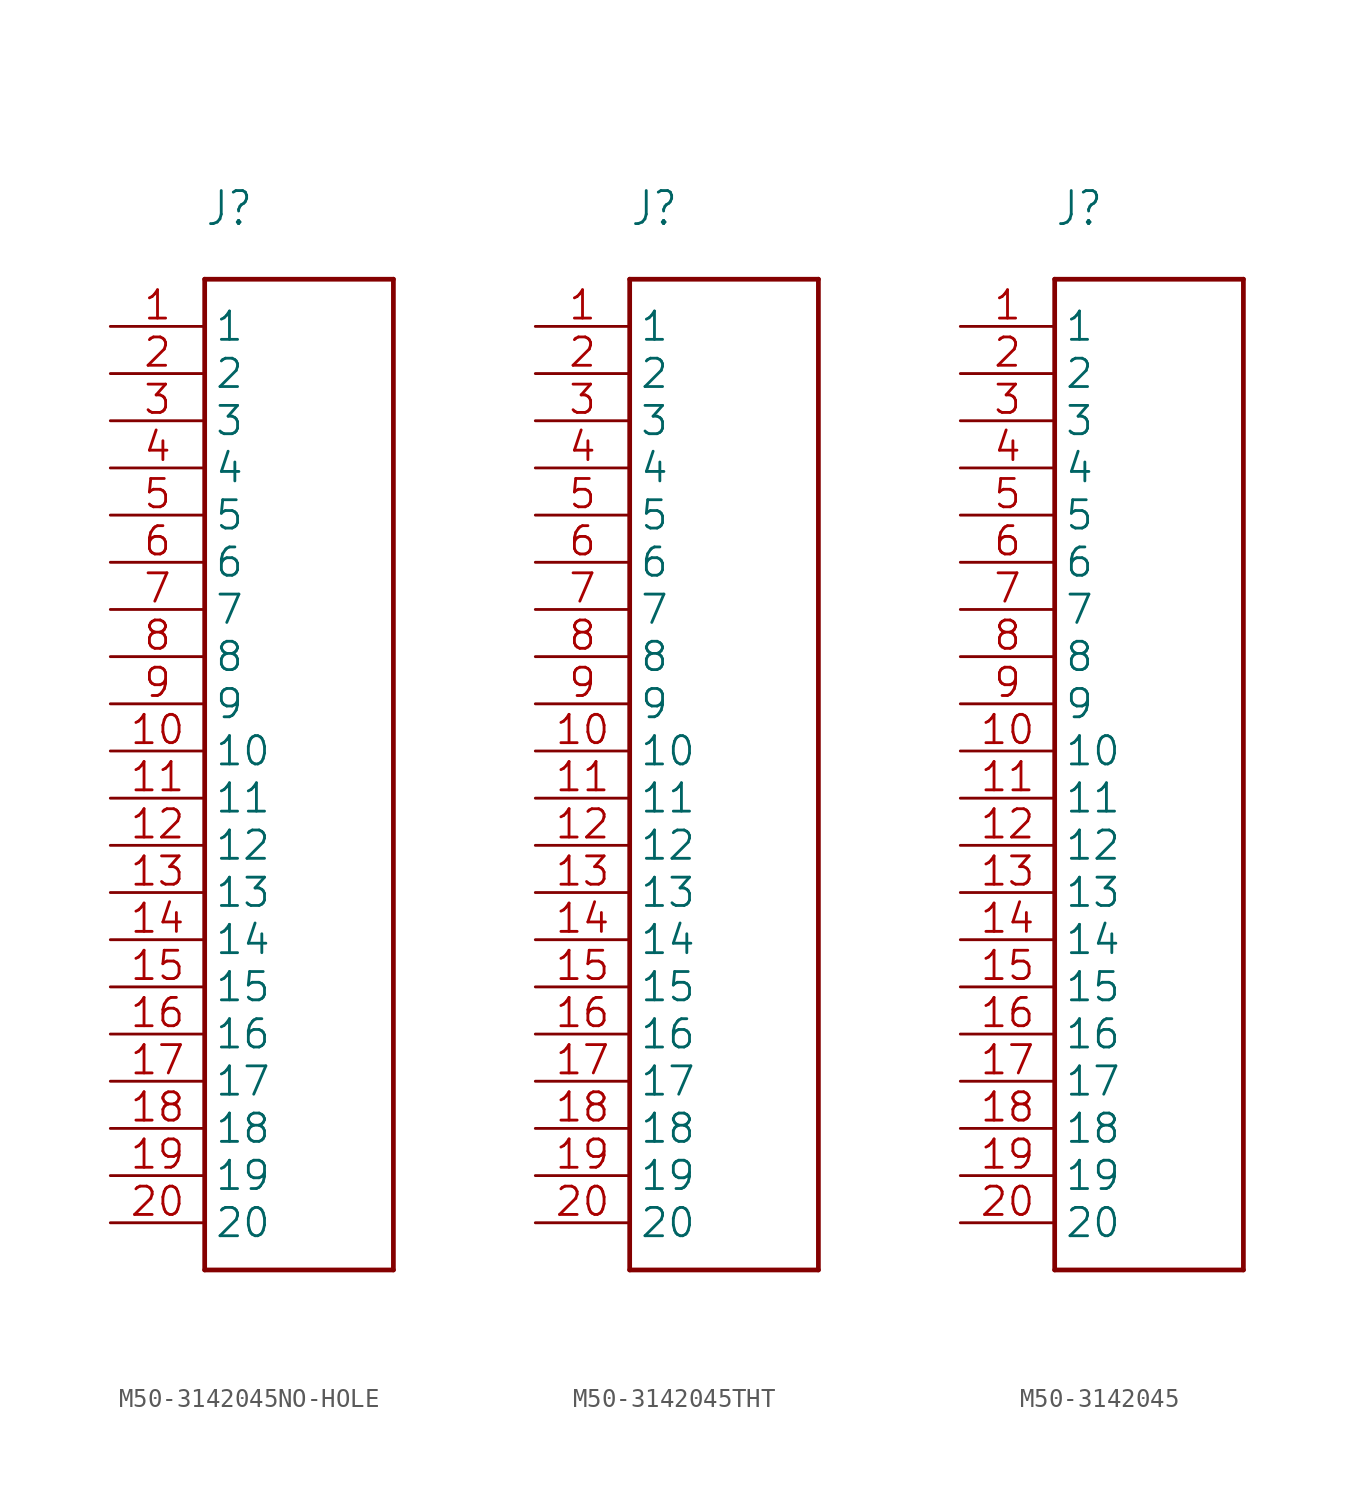
<source format=kicad_sym>
(kicad_symbol_lib
  (version 20241209)
  (generator "kicad_symbol_editor")
  (generator_version "9.0")
  (symbol "M50-3142045NO-HOLE"
    (property "Reference" "J"
      (at 0 3.81 0)
      (effects (font (size 1.778 1.511)) (justify left)))
    (property "Value" ""
      (at 0 1.27 0)
      (effects (font (size 1.778 1.511)) (justify left)))
    (property "ki_locked" ""
      (at 0 0 0)
      (effects (font (size 1.27 1.27))))
    (symbol "M50-3142045NO-HOLE_1_0"
      (polyline (pts (xy 0 0) (xy 0 -53.34)) (stroke (width 0.254) (type solid)) (fill (type none)))
      (polyline (pts (xy 0 0) (xy 10.16 0)) (stroke (width 0.254) (type solid)) (fill (type none)))
      (polyline (pts (xy 10.16 -53.34) (xy 0 -53.34)) (stroke (width 0.254) (type solid)) (fill (type none)))
      (polyline (pts (xy 10.16 -53.34) (xy 10.16 0)) (stroke (width 0.254) (type solid)) (fill (type none)))
      (pin bidirectional line (at -5.08 -2.54 0) (length 5.08) (name "1" (effects (font (size 1.524 1.524)))) (number "1" (effects (font (size 1.524 1.524)))))
      (pin bidirectional line (at -5.08 -5.08 0) (length 5.08) (name "2" (effects (font (size 1.524 1.524)))) (number "2" (effects (font (size 1.524 1.524)))))
      (pin bidirectional line (at -5.08 -7.62 0) (length 5.08) (name "3" (effects (font (size 1.524 1.524)))) (number "3" (effects (font (size 1.524 1.524)))))
      (pin bidirectional line (at -5.08 -10.16 0) (length 5.08) (name "4" (effects (font (size 1.524 1.524)))) (number "4" (effects (font (size 1.524 1.524)))))
      (pin bidirectional line (at -5.08 -12.7 0) (length 5.08) (name "5" (effects (font (size 1.524 1.524)))) (number "5" (effects (font (size 1.524 1.524)))))
      (pin bidirectional line (at -5.08 -15.24 0) (length 5.08) (name "6" (effects (font (size 1.524 1.524)))) (number "6" (effects (font (size 1.524 1.524)))))
      (pin bidirectional line (at -5.08 -17.78 0) (length 5.08) (name "7" (effects (font (size 1.524 1.524)))) (number "7" (effects (font (size 1.524 1.524)))))
      (pin bidirectional line (at -5.08 -20.32 0) (length 5.08) (name "8" (effects (font (size 1.524 1.524)))) (number "8" (effects (font (size 1.524 1.524)))))
      (pin bidirectional line (at -5.08 -22.86 0) (length 5.08) (name "9" (effects (font (size 1.524 1.524)))) (number "9" (effects (font (size 1.524 1.524)))))
      (pin bidirectional line (at -5.08 -25.4 0) (length 5.08) (name "10" (effects (font (size 1.524 1.524)))) (number "10" (effects (font (size 1.524 1.524)))))
      (pin bidirectional line (at -5.08 -27.94 0) (length 5.08) (name "11" (effects (font (size 1.524 1.524)))) (number "11" (effects (font (size 1.524 1.524)))))
      (pin bidirectional line (at -5.08 -30.48 0) (length 5.08) (name "12" (effects (font (size 1.524 1.524)))) (number "12" (effects (font (size 1.524 1.524)))))
      (pin bidirectional line (at -5.08 -33.02 0) (length 5.08) (name "13" (effects (font (size 1.524 1.524)))) (number "13" (effects (font (size 1.524 1.524)))))
      (pin bidirectional line (at -5.08 -35.56 0) (length 5.08) (name "14" (effects (font (size 1.524 1.524)))) (number "14" (effects (font (size 1.524 1.524)))))
      (pin bidirectional line (at -5.08 -38.1 0) (length 5.08) (name "15" (effects (font (size 1.524 1.524)))) (number "15" (effects (font (size 1.524 1.524)))))
      (pin bidirectional line (at -5.08 -40.64 0) (length 5.08) (name "16" (effects (font (size 1.524 1.524)))) (number "16" (effects (font (size 1.524 1.524)))))
      (pin bidirectional line (at -5.08 -43.18 0) (length 5.08) (name "17" (effects (font (size 1.524 1.524)))) (number "17" (effects (font (size 1.524 1.524)))))
      (pin bidirectional line (at -5.08 -45.72 0) (length 5.08) (name "18" (effects (font (size 1.524 1.524)))) (number "18" (effects (font (size 1.524 1.524)))))
      (pin bidirectional line (at -5.08 -48.26 0) (length 5.08) (name "19" (effects (font (size 1.524 1.524)))) (number "19" (effects (font (size 1.524 1.524)))))
      (pin bidirectional line (at -5.08 -50.8 0) (length 5.08) (name "20" (effects (font (size 1.524 1.524)))) (number "20" (effects (font (size 1.524 1.524)))))))
  (symbol "M50-3142045THT"
    (property "Reference" "J"
      (at 0 3.81 0)
      (effects (font (size 1.778 1.511)) (justify left)))
    (property "Value" ""
      (at 0 1.27 0)
      (effects (font (size 1.778 1.511)) (justify left)))
    (property "ki_locked" ""
      (at 0 0 0)
      (effects (font (size 1.27 1.27))))
    (symbol "M50-3142045THT_1_0"
      (polyline (pts (xy 0 0) (xy 0 -53.34)) (stroke (width 0.254) (type solid)) (fill (type none)))
      (polyline (pts (xy 0 0) (xy 10.16 0)) (stroke (width 0.254) (type solid)) (fill (type none)))
      (polyline (pts (xy 10.16 -53.34) (xy 0 -53.34)) (stroke (width 0.254) (type solid)) (fill (type none)))
      (polyline (pts (xy 10.16 -53.34) (xy 10.16 0)) (stroke (width 0.254) (type solid)) (fill (type none)))
      (pin bidirectional line (at -5.08 -2.54 0) (length 5.08) (name "1" (effects (font (size 1.524 1.524)))) (number "1" (effects (font (size 1.524 1.524)))))
      (pin bidirectional line (at -5.08 -5.08 0) (length 5.08) (name "2" (effects (font (size 1.524 1.524)))) (number "2" (effects (font (size 1.524 1.524)))))
      (pin bidirectional line (at -5.08 -7.62 0) (length 5.08) (name "3" (effects (font (size 1.524 1.524)))) (number "3" (effects (font (size 1.524 1.524)))))
      (pin bidirectional line (at -5.08 -10.16 0) (length 5.08) (name "4" (effects (font (size 1.524 1.524)))) (number "4" (effects (font (size 1.524 1.524)))))
      (pin bidirectional line (at -5.08 -12.7 0) (length 5.08) (name "5" (effects (font (size 1.524 1.524)))) (number "5" (effects (font (size 1.524 1.524)))))
      (pin bidirectional line (at -5.08 -15.24 0) (length 5.08) (name "6" (effects (font (size 1.524 1.524)))) (number "6" (effects (font (size 1.524 1.524)))))
      (pin bidirectional line (at -5.08 -17.78 0) (length 5.08) (name "7" (effects (font (size 1.524 1.524)))) (number "7" (effects (font (size 1.524 1.524)))))
      (pin bidirectional line (at -5.08 -20.32 0) (length 5.08) (name "8" (effects (font (size 1.524 1.524)))) (number "8" (effects (font (size 1.524 1.524)))))
      (pin bidirectional line (at -5.08 -22.86 0) (length 5.08) (name "9" (effects (font (size 1.524 1.524)))) (number "9" (effects (font (size 1.524 1.524)))))
      (pin bidirectional line (at -5.08 -25.4 0) (length 5.08) (name "10" (effects (font (size 1.524 1.524)))) (number "10" (effects (font (size 1.524 1.524)))))
      (pin bidirectional line (at -5.08 -27.94 0) (length 5.08) (name "11" (effects (font (size 1.524 1.524)))) (number "11" (effects (font (size 1.524 1.524)))))
      (pin bidirectional line (at -5.08 -30.48 0) (length 5.08) (name "12" (effects (font (size 1.524 1.524)))) (number "12" (effects (font (size 1.524 1.524)))))
      (pin bidirectional line (at -5.08 -33.02 0) (length 5.08) (name "13" (effects (font (size 1.524 1.524)))) (number "13" (effects (font (size 1.524 1.524)))))
      (pin bidirectional line (at -5.08 -35.56 0) (length 5.08) (name "14" (effects (font (size 1.524 1.524)))) (number "14" (effects (font (size 1.524 1.524)))))
      (pin bidirectional line (at -5.08 -38.1 0) (length 5.08) (name "15" (effects (font (size 1.524 1.524)))) (number "15" (effects (font (size 1.524 1.524)))))
      (pin bidirectional line (at -5.08 -40.64 0) (length 5.08) (name "16" (effects (font (size 1.524 1.524)))) (number "16" (effects (font (size 1.524 1.524)))))
      (pin bidirectional line (at -5.08 -43.18 0) (length 5.08) (name "17" (effects (font (size 1.524 1.524)))) (number "17" (effects (font (size 1.524 1.524)))))
      (pin bidirectional line (at -5.08 -45.72 0) (length 5.08) (name "18" (effects (font (size 1.524 1.524)))) (number "18" (effects (font (size 1.524 1.524)))))
      (pin bidirectional line (at -5.08 -48.26 0) (length 5.08) (name "19" (effects (font (size 1.524 1.524)))) (number "19" (effects (font (size 1.524 1.524)))))
      (pin bidirectional line (at -5.08 -50.8 0) (length 5.08) (name "20" (effects (font (size 1.524 1.524)))) (number "20" (effects (font (size 1.524 1.524)))))))
  (symbol "M50-3142045"
    (property "Reference" "J"
      (at 0 3.81 0)
      (effects (font (size 1.778 1.511)) (justify left)))
    (property "Value" ""
      (at 0 1.27 0)
      (effects (font (size 1.778 1.511)) (justify left)))
    (property "ki_locked" ""
      (at 0 0 0)
      (effects (font (size 1.27 1.27))))
    (symbol "M50-3142045_1_0"
      (polyline (pts (xy 0 0) (xy 0 -53.34)) (stroke (width 0.254) (type solid)) (fill (type none)))
      (polyline (pts (xy 0 0) (xy 10.16 0)) (stroke (width 0.254) (type solid)) (fill (type none)))
      (polyline (pts (xy 10.16 -53.34) (xy 0 -53.34)) (stroke (width 0.254) (type solid)) (fill (type none)))
      (polyline (pts (xy 10.16 -53.34) (xy 10.16 0)) (stroke (width 0.254) (type solid)) (fill (type none)))
      (pin bidirectional line (at -5.08 -2.54 0) (length 5.08) (name "1" (effects (font (size 1.524 1.524)))) (number "1" (effects (font (size 1.524 1.524)))))
      (pin bidirectional line (at -5.08 -5.08 0) (length 5.08) (name "2" (effects (font (size 1.524 1.524)))) (number "2" (effects (font (size 1.524 1.524)))))
      (pin bidirectional line (at -5.08 -7.62 0) (length 5.08) (name "3" (effects (font (size 1.524 1.524)))) (number "3" (effects (font (size 1.524 1.524)))))
      (pin bidirectional line (at -5.08 -10.16 0) (length 5.08) (name "4" (effects (font (size 1.524 1.524)))) (number "4" (effects (font (size 1.524 1.524)))))
      (pin bidirectional line (at -5.08 -12.7 0) (length 5.08) (name "5" (effects (font (size 1.524 1.524)))) (number "5" (effects (font (size 1.524 1.524)))))
      (pin bidirectional line (at -5.08 -15.24 0) (length 5.08) (name "6" (effects (font (size 1.524 1.524)))) (number "6" (effects (font (size 1.524 1.524)))))
      (pin bidirectional line (at -5.08 -17.78 0) (length 5.08) (name "7" (effects (font (size 1.524 1.524)))) (number "7" (effects (font (size 1.524 1.524)))))
      (pin bidirectional line (at -5.08 -20.32 0) (length 5.08) (name "8" (effects (font (size 1.524 1.524)))) (number "8" (effects (font (size 1.524 1.524)))))
      (pin bidirectional line (at -5.08 -22.86 0) (length 5.08) (name "9" (effects (font (size 1.524 1.524)))) (number "9" (effects (font (size 1.524 1.524)))))
      (pin bidirectional line (at -5.08 -25.4 0) (length 5.08) (name "10" (effects (font (size 1.524 1.524)))) (number "10" (effects (font (size 1.524 1.524)))))
      (pin bidirectional line (at -5.08 -27.94 0) (length 5.08) (name "11" (effects (font (size 1.524 1.524)))) (number "11" (effects (font (size 1.524 1.524)))))
      (pin bidirectional line (at -5.08 -30.48 0) (length 5.08) (name "12" (effects (font (size 1.524 1.524)))) (number "12" (effects (font (size 1.524 1.524)))))
      (pin bidirectional line (at -5.08 -33.02 0) (length 5.08) (name "13" (effects (font (size 1.524 1.524)))) (number "13" (effects (font (size 1.524 1.524)))))
      (pin bidirectional line (at -5.08 -35.56 0) (length 5.08) (name "14" (effects (font (size 1.524 1.524)))) (number "14" (effects (font (size 1.524 1.524)))))
      (pin bidirectional line (at -5.08 -38.1 0) (length 5.08) (name "15" (effects (font (size 1.524 1.524)))) (number "15" (effects (font (size 1.524 1.524)))))
      (pin bidirectional line (at -5.08 -40.64 0) (length 5.08) (name "16" (effects (font (size 1.524 1.524)))) (number "16" (effects (font (size 1.524 1.524)))))
      (pin bidirectional line (at -5.08 -43.18 0) (length 5.08) (name "17" (effects (font (size 1.524 1.524)))) (number "17" (effects (font (size 1.524 1.524)))))
      (pin bidirectional line (at -5.08 -45.72 0) (length 5.08) (name "18" (effects (font (size 1.524 1.524)))) (number "18" (effects (font (size 1.524 1.524)))))
      (pin bidirectional line (at -5.08 -48.26 0) (length 5.08) (name "19" (effects (font (size 1.524 1.524)))) (number "19" (effects (font (size 1.524 1.524)))))
      (pin bidirectional line (at -5.08 -50.8 0) (length 5.08) (name "20" (effects (font (size 1.524 1.524)))) (number "20" (effects (font (size 1.524 1.524))))))))
</source>
